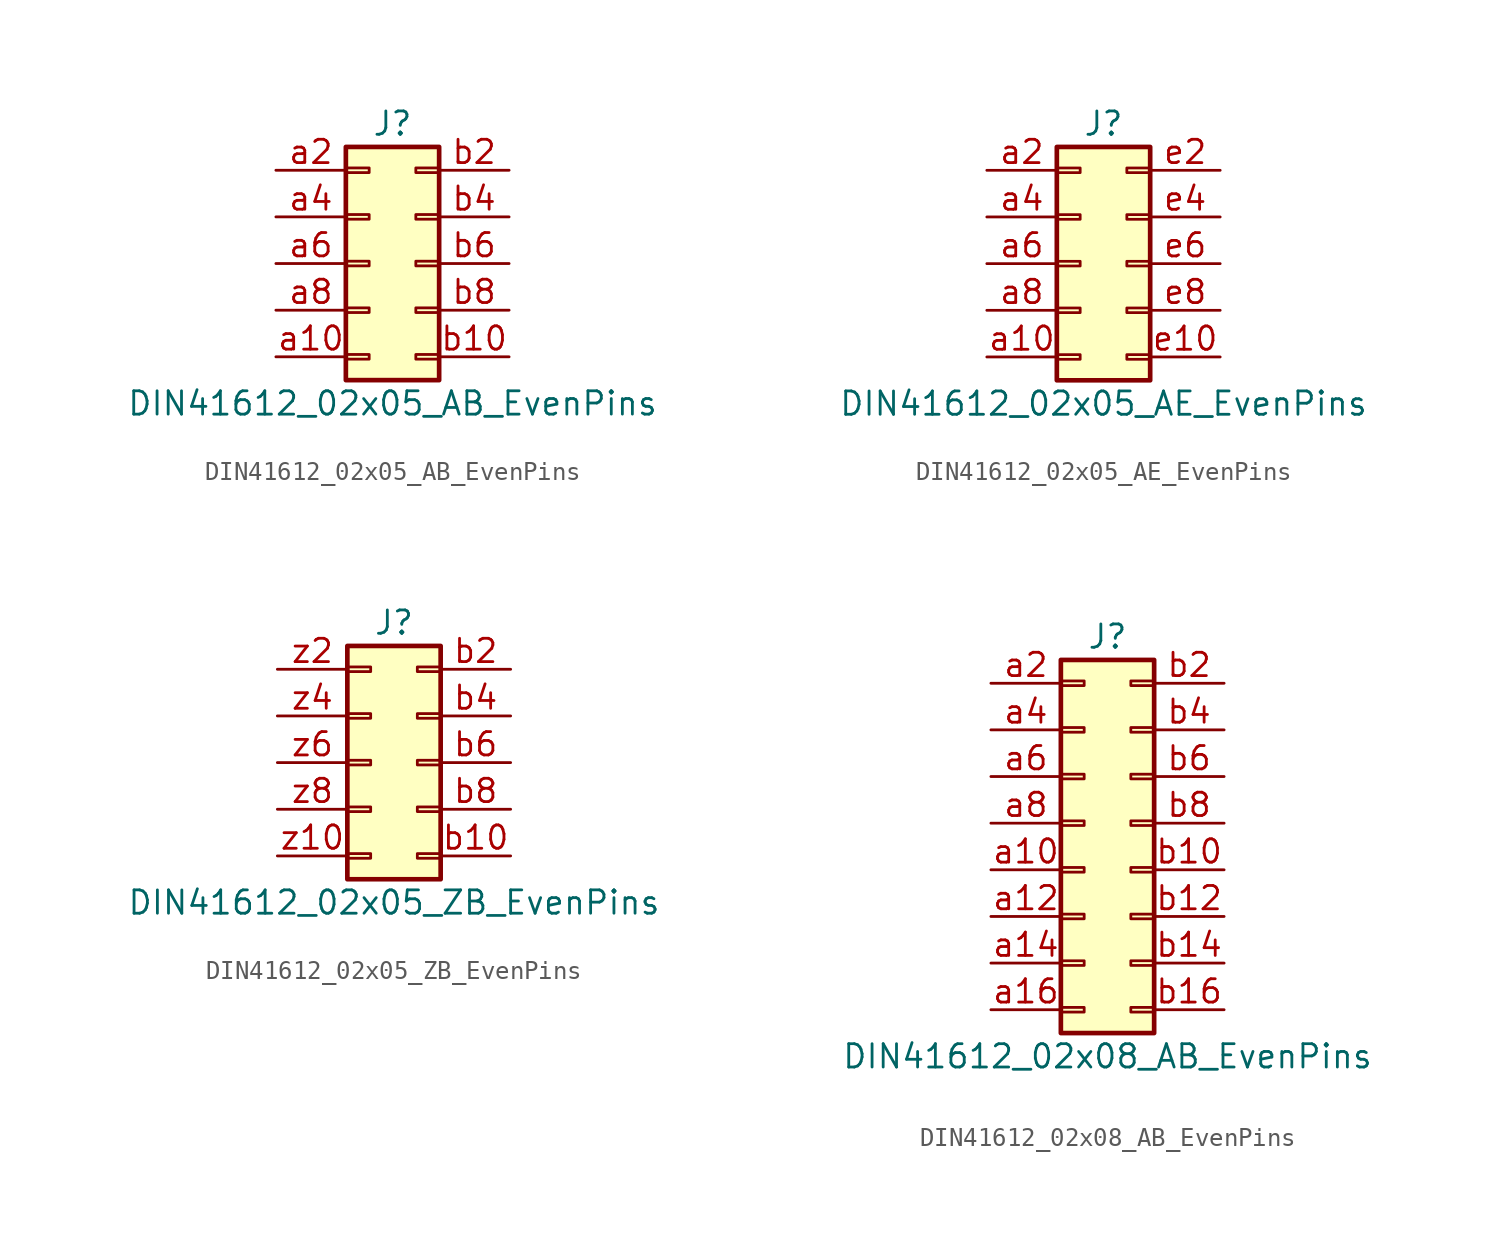
<source format=kicad_sym>
(kicad_symbol_lib
  (version 20241209)
  (generator "kicad_symbol_editor")
  (generator_version "9.0")
  (symbol "DIN41612_02x05_AB_EvenPins"
    (pin_names
      (offset 1.016)
      (hide yes))
    (property "Reference" "J"
      (at 1.27 7.62 0)
      (effects (font (size 1.27 1.27))))
    (property "Value" "DIN41612_02x05_AB_EvenPins"
      (at 1.27 -7.62 0)
      (effects (font (size 1.27 1.27))))
    (symbol "DIN41612_02x05_AB_EvenPins_1_1"
      (rectangle (start -1.27 6.35) (end 3.81 -6.35) (stroke (width 0.254) (type default)) (fill (type background)))
      (rectangle (start -1.27 5.207) (end 0 4.953) (stroke (width 0.152) (type default)) (fill (type none)))
      (rectangle (start -1.27 2.667) (end 0 2.413) (stroke (width 0.152) (type default)) (fill (type none)))
      (rectangle (start -1.27 0.127) (end 0 -0.127) (stroke (width 0.152) (type default)) (fill (type none)))
      (rectangle (start -1.27 -2.413) (end 0 -2.667) (stroke (width 0.152) (type default)) (fill (type none)))
      (rectangle (start -1.27 -4.953) (end 0 -5.207) (stroke (width 0.152) (type default)) (fill (type none)))
      (rectangle (start 3.81 5.207) (end 2.54 4.953) (stroke (width 0.152) (type default)) (fill (type none)))
      (rectangle (start 3.81 2.667) (end 2.54 2.413) (stroke (width 0.152) (type default)) (fill (type none)))
      (rectangle (start 3.81 0.127) (end 2.54 -0.127) (stroke (width 0.152) (type default)) (fill (type none)))
      (rectangle (start 3.81 -2.413) (end 2.54 -2.667) (stroke (width 0.152) (type default)) (fill (type none)))
      (rectangle (start 3.81 -4.953) (end 2.54 -5.207) (stroke (width 0.152) (type default)) (fill (type none)))
      (pin passive line (at -5.08 5.08 0) (length 3.81) (name "Pin_a2" (effects (font (size 1.27 1.27)))) (number "a2" (effects (font (size 1.27 1.27)))))
      (pin passive line (at -5.08 2.54 0) (length 3.81) (name "Pin_a4" (effects (font (size 1.27 1.27)))) (number "a4" (effects (font (size 1.27 1.27)))))
      (pin passive line (at -5.08 0 0) (length 3.81) (name "Pin_a6" (effects (font (size 1.27 1.27)))) (number "a6" (effects (font (size 1.27 1.27)))))
      (pin passive line (at -5.08 -2.54 0) (length 3.81) (name "Pin_a8" (effects (font (size 1.27 1.27)))) (number "a8" (effects (font (size 1.27 1.27)))))
      (pin passive line (at -5.08 -5.08 0) (length 3.81) (name "Pin_a10" (effects (font (size 1.27 1.27)))) (number "a10" (effects (font (size 1.27 1.27)))))
      (pin passive line (at 7.62 5.08 180) (length 3.81) (name "Pin_b2" (effects (font (size 1.27 1.27)))) (number "b2" (effects (font (size 1.27 1.27)))))
      (pin passive line (at 7.62 2.54 180) (length 3.81) (name "Pin_b4" (effects (font (size 1.27 1.27)))) (number "b4" (effects (font (size 1.27 1.27)))))
      (pin passive line (at 7.62 0 180) (length 3.81) (name "Pin_b6" (effects (font (size 1.27 1.27)))) (number "b6" (effects (font (size 1.27 1.27)))))
      (pin passive line (at 7.62 -2.54 180) (length 3.81) (name "Pin_b8" (effects (font (size 1.27 1.27)))) (number "b8" (effects (font (size 1.27 1.27)))))
      (pin passive line (at 7.62 -5.08 180) (length 3.81) (name "Pin_b10" (effects (font (size 1.27 1.27)))) (number "b10" (effects (font (size 1.27 1.27)))))))
  (symbol "DIN41612_02x05_AE_EvenPins"
    (pin_names
      (offset 1.016)
      (hide yes))
    (property "Reference" "J"
      (at 1.27 7.62 0)
      (effects (font (size 1.27 1.27))))
    (property "Value" "DIN41612_02x05_AE_EvenPins"
      (at 1.27 -7.62 0)
      (effects (font (size 1.27 1.27))))
    (symbol "DIN41612_02x05_AE_EvenPins_1_1"
      (rectangle (start -1.27 6.35) (end 3.81 -6.35) (stroke (width 0.254) (type default)) (fill (type background)))
      (rectangle (start -1.27 5.207) (end 0 4.953) (stroke (width 0.152) (type default)) (fill (type none)))
      (rectangle (start -1.27 2.667) (end 0 2.413) (stroke (width 0.152) (type default)) (fill (type none)))
      (rectangle (start -1.27 0.127) (end 0 -0.127) (stroke (width 0.152) (type default)) (fill (type none)))
      (rectangle (start -1.27 -2.413) (end 0 -2.667) (stroke (width 0.152) (type default)) (fill (type none)))
      (rectangle (start -1.27 -4.953) (end 0 -5.207) (stroke (width 0.152) (type default)) (fill (type none)))
      (rectangle (start 3.81 5.207) (end 2.54 4.953) (stroke (width 0.152) (type default)) (fill (type none)))
      (rectangle (start 3.81 2.667) (end 2.54 2.413) (stroke (width 0.152) (type default)) (fill (type none)))
      (rectangle (start 3.81 0.127) (end 2.54 -0.127) (stroke (width 0.152) (type default)) (fill (type none)))
      (rectangle (start 3.81 -2.413) (end 2.54 -2.667) (stroke (width 0.152) (type default)) (fill (type none)))
      (rectangle (start 3.81 -4.953) (end 2.54 -5.207) (stroke (width 0.152) (type default)) (fill (type none)))
      (pin passive line (at -5.08 5.08 0) (length 3.81) (name "Pin_a2" (effects (font (size 1.27 1.27)))) (number "a2" (effects (font (size 1.27 1.27)))))
      (pin passive line (at -5.08 2.54 0) (length 3.81) (name "Pin_a4" (effects (font (size 1.27 1.27)))) (number "a4" (effects (font (size 1.27 1.27)))))
      (pin passive line (at -5.08 0 0) (length 3.81) (name "Pin_a6" (effects (font (size 1.27 1.27)))) (number "a6" (effects (font (size 1.27 1.27)))))
      (pin passive line (at -5.08 -2.54 0) (length 3.81) (name "Pin_a8" (effects (font (size 1.27 1.27)))) (number "a8" (effects (font (size 1.27 1.27)))))
      (pin passive line (at -5.08 -5.08 0) (length 3.81) (name "Pin_a10" (effects (font (size 1.27 1.27)))) (number "a10" (effects (font (size 1.27 1.27)))))
      (pin passive line (at 7.62 5.08 180) (length 3.81) (name "Pin_e2" (effects (font (size 1.27 1.27)))) (number "e2" (effects (font (size 1.27 1.27)))))
      (pin passive line (at 7.62 2.54 180) (length 3.81) (name "Pin_e4" (effects (font (size 1.27 1.27)))) (number "e4" (effects (font (size 1.27 1.27)))))
      (pin passive line (at 7.62 0 180) (length 3.81) (name "Pin_e6" (effects (font (size 1.27 1.27)))) (number "e6" (effects (font (size 1.27 1.27)))))
      (pin passive line (at 7.62 -2.54 180) (length 3.81) (name "Pin_e8" (effects (font (size 1.27 1.27)))) (number "e8" (effects (font (size 1.27 1.27)))))
      (pin passive line (at 7.62 -5.08 180) (length 3.81) (name "Pin_e10" (effects (font (size 1.27 1.27)))) (number "e10" (effects (font (size 1.27 1.27)))))))
  (symbol "DIN41612_02x05_ZB_EvenPins"
    (pin_names
      (offset 1.016)
      (hide yes))
    (property "Reference" "J"
      (at 1.27 7.62 0)
      (effects (font (size 1.27 1.27))))
    (property "Value" "DIN41612_02x05_ZB_EvenPins"
      (at 1.27 -7.62 0)
      (effects (font (size 1.27 1.27))))
    (symbol "DIN41612_02x05_ZB_EvenPins_1_1"
      (rectangle (start -1.27 6.35) (end 3.81 -6.35) (stroke (width 0.254) (type default)) (fill (type background)))
      (rectangle (start -1.27 5.207) (end 0 4.953) (stroke (width 0.152) (type default)) (fill (type none)))
      (rectangle (start -1.27 2.667) (end 0 2.413) (stroke (width 0.152) (type default)) (fill (type none)))
      (rectangle (start -1.27 0.127) (end 0 -0.127) (stroke (width 0.152) (type default)) (fill (type none)))
      (rectangle (start -1.27 -2.413) (end 0 -2.667) (stroke (width 0.152) (type default)) (fill (type none)))
      (rectangle (start -1.27 -4.953) (end 0 -5.207) (stroke (width 0.152) (type default)) (fill (type none)))
      (rectangle (start 3.81 5.207) (end 2.54 4.953) (stroke (width 0.152) (type default)) (fill (type none)))
      (rectangle (start 3.81 2.667) (end 2.54 2.413) (stroke (width 0.152) (type default)) (fill (type none)))
      (rectangle (start 3.81 0.127) (end 2.54 -0.127) (stroke (width 0.152) (type default)) (fill (type none)))
      (rectangle (start 3.81 -2.413) (end 2.54 -2.667) (stroke (width 0.152) (type default)) (fill (type none)))
      (rectangle (start 3.81 -4.953) (end 2.54 -5.207) (stroke (width 0.152) (type default)) (fill (type none)))
      (pin passive line (at -5.08 5.08 0) (length 3.81) (name "Pin_z2" (effects (font (size 1.27 1.27)))) (number "z2" (effects (font (size 1.27 1.27)))))
      (pin passive line (at -5.08 2.54 0) (length 3.81) (name "Pin_z4" (effects (font (size 1.27 1.27)))) (number "z4" (effects (font (size 1.27 1.27)))))
      (pin passive line (at -5.08 0 0) (length 3.81) (name "Pin_z6" (effects (font (size 1.27 1.27)))) (number "z6" (effects (font (size 1.27 1.27)))))
      (pin passive line (at -5.08 -2.54 0) (length 3.81) (name "Pin_z8" (effects (font (size 1.27 1.27)))) (number "z8" (effects (font (size 1.27 1.27)))))
      (pin passive line (at -5.08 -5.08 0) (length 3.81) (name "Pin_z10" (effects (font (size 1.27 1.27)))) (number "z10" (effects (font (size 1.27 1.27)))))
      (pin passive line (at 7.62 5.08 180) (length 3.81) (name "Pin_b2" (effects (font (size 1.27 1.27)))) (number "b2" (effects (font (size 1.27 1.27)))))
      (pin passive line (at 7.62 2.54 180) (length 3.81) (name "Pin_b4" (effects (font (size 1.27 1.27)))) (number "b4" (effects (font (size 1.27 1.27)))))
      (pin passive line (at 7.62 0 180) (length 3.81) (name "Pin_b6" (effects (font (size 1.27 1.27)))) (number "b6" (effects (font (size 1.27 1.27)))))
      (pin passive line (at 7.62 -2.54 180) (length 3.81) (name "Pin_b8" (effects (font (size 1.27 1.27)))) (number "b8" (effects (font (size 1.27 1.27)))))
      (pin passive line (at 7.62 -5.08 180) (length 3.81) (name "Pin_b10" (effects (font (size 1.27 1.27)))) (number "b10" (effects (font (size 1.27 1.27)))))))
  (symbol "DIN41612_02x08_AB_EvenPins"
    (pin_names
      (offset 1.016)
      (hide yes))
    (property "Reference" "J"
      (at 1.27 10.16 0)
      (effects (font (size 1.27 1.27))))
    (property "Value" "DIN41612_02x08_AB_EvenPins"
      (at 1.27 -12.7 0)
      (effects (font (size 1.27 1.27))))
    (symbol "DIN41612_02x08_AB_EvenPins_1_1"
      (rectangle (start -1.27 8.89) (end 3.81 -11.43) (stroke (width 0.254) (type default)) (fill (type background)))
      (rectangle (start -1.27 7.747) (end 0 7.493) (stroke (width 0.152) (type default)) (fill (type none)))
      (rectangle (start -1.27 5.207) (end 0 4.953) (stroke (width 0.152) (type default)) (fill (type none)))
      (rectangle (start -1.27 2.667) (end 0 2.413) (stroke (width 0.152) (type default)) (fill (type none)))
      (rectangle (start -1.27 0.127) (end 0 -0.127) (stroke (width 0.152) (type default)) (fill (type none)))
      (rectangle (start -1.27 -2.413) (end 0 -2.667) (stroke (width 0.152) (type default)) (fill (type none)))
      (rectangle (start -1.27 -4.953) (end 0 -5.207) (stroke (width 0.152) (type default)) (fill (type none)))
      (rectangle (start -1.27 -7.493) (end 0 -7.747) (stroke (width 0.152) (type default)) (fill (type none)))
      (rectangle (start -1.27 -10.033) (end 0 -10.287) (stroke (width 0.152) (type default)) (fill (type none)))
      (rectangle (start 3.81 7.747) (end 2.54 7.493) (stroke (width 0.152) (type default)) (fill (type none)))
      (rectangle (start 3.81 5.207) (end 2.54 4.953) (stroke (width 0.152) (type default)) (fill (type none)))
      (rectangle (start 3.81 2.667) (end 2.54 2.413) (stroke (width 0.152) (type default)) (fill (type none)))
      (rectangle (start 3.81 0.127) (end 2.54 -0.127) (stroke (width 0.152) (type default)) (fill (type none)))
      (rectangle (start 3.81 -2.413) (end 2.54 -2.667) (stroke (width 0.152) (type default)) (fill (type none)))
      (rectangle (start 3.81 -4.953) (end 2.54 -5.207) (stroke (width 0.152) (type default)) (fill (type none)))
      (rectangle (start 3.81 -7.493) (end 2.54 -7.747) (stroke (width 0.152) (type default)) (fill (type none)))
      (rectangle (start 3.81 -10.033) (end 2.54 -10.287) (stroke (width 0.152) (type default)) (fill (type none)))
      (pin passive line (at -5.08 7.62 0) (length 3.81) (name "Pin_a2" (effects (font (size 1.27 1.27)))) (number "a2" (effects (font (size 1.27 1.27)))))
      (pin passive line (at -5.08 5.08 0) (length 3.81) (name "Pin_a4" (effects (font (size 1.27 1.27)))) (number "a4" (effects (font (size 1.27 1.27)))))
      (pin passive line (at -5.08 2.54 0) (length 3.81) (name "Pin_a6" (effects (font (size 1.27 1.27)))) (number "a6" (effects (font (size 1.27 1.27)))))
      (pin passive line (at -5.08 0 0) (length 3.81) (name "Pin_a8" (effects (font (size 1.27 1.27)))) (number "a8" (effects (font (size 1.27 1.27)))))
      (pin passive line (at -5.08 -2.54 0) (length 3.81) (name "Pin_a10" (effects (font (size 1.27 1.27)))) (number "a10" (effects (font (size 1.27 1.27)))))
      (pin passive line (at -5.08 -5.08 0) (length 3.81) (name "Pin_a12" (effects (font (size 1.27 1.27)))) (number "a12" (effects (font (size 1.27 1.27)))))
      (pin passive line (at -5.08 -7.62 0) (length 3.81) (name "Pin_a14" (effects (font (size 1.27 1.27)))) (number "a14" (effects (font (size 1.27 1.27)))))
      (pin passive line (at -5.08 -10.16 0) (length 3.81) (name "Pin_a16" (effects (font (size 1.27 1.27)))) (number "a16" (effects (font (size 1.27 1.27)))))
      (pin passive line (at 7.62 7.62 180) (length 3.81) (name "Pin_b2" (effects (font (size 1.27 1.27)))) (number "b2" (effects (font (size 1.27 1.27)))))
      (pin passive line (at 7.62 5.08 180) (length 3.81) (name "Pin_b4" (effects (font (size 1.27 1.27)))) (number "b4" (effects (font (size 1.27 1.27)))))
      (pin passive line (at 7.62 2.54 180) (length 3.81) (name "Pin_b6" (effects (font (size 1.27 1.27)))) (number "b6" (effects (font (size 1.27 1.27)))))
      (pin passive line (at 7.62 0 180) (length 3.81) (name "Pin_b8" (effects (font (size 1.27 1.27)))) (number "b8" (effects (font (size 1.27 1.27)))))
      (pin passive line (at 7.62 -2.54 180) (length 3.81) (name "Pin_b10" (effects (font (size 1.27 1.27)))) (number "b10" (effects (font (size 1.27 1.27)))))
      (pin passive line (at 7.62 -5.08 180) (length 3.81) (name "Pin_b12" (effects (font (size 1.27 1.27)))) (number "b12" (effects (font (size 1.27 1.27)))))
      (pin passive line (at 7.62 -7.62 180) (length 3.81) (name "Pin_b14" (effects (font (size 1.27 1.27)))) (number "b14" (effects (font (size 1.27 1.27)))))
      (pin passive line (at 7.62 -10.16 180) (length 3.81) (name "Pin_b16" (effects (font (size 1.27 1.27)))) (number "b16" (effects (font (size 1.27 1.27))))))))
</source>
